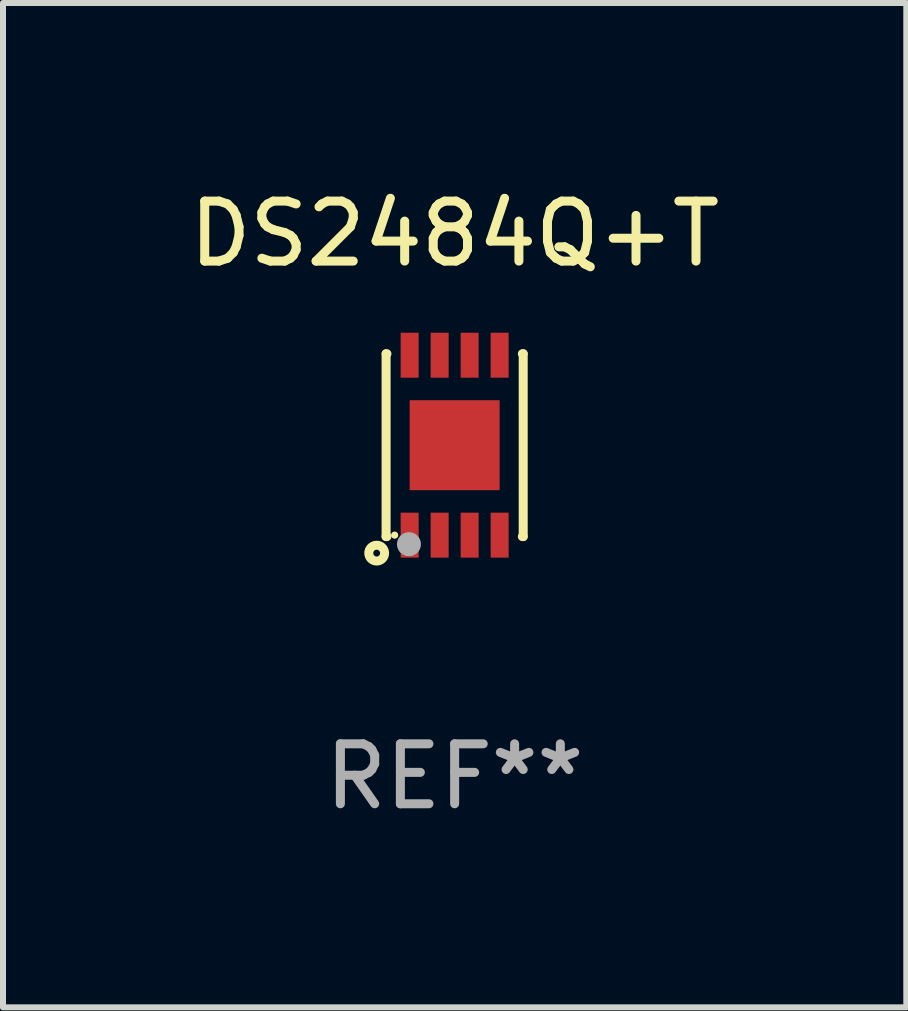
<source format=kicad_pcb>
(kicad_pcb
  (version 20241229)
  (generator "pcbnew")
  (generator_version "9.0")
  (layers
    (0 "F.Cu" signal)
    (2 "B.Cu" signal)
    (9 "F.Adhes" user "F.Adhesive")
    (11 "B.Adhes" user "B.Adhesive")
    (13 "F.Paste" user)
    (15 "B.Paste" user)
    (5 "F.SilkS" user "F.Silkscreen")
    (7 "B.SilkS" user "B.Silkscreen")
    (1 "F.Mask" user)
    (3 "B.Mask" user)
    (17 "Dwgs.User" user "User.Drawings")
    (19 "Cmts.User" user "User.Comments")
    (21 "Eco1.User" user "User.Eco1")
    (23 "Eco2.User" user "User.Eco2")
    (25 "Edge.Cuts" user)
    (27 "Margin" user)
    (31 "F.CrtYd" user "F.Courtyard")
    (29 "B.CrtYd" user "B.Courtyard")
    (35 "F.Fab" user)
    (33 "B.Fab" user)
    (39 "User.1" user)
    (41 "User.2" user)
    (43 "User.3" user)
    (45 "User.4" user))
  (footprint "DS2484Q+T"
    (layer "F.Cu")
    (at 4.53 4.372)
    (property "Reference" "DS2484Q+T" (at 0 -3.524 0) (layer "F.SilkS") (effects (font (size 1 1) (thickness 0.15))))
    (attr through_hole)
    (fp_line (start -1.143 -1.524) (end -1.143 1.524) (stroke (width 0.15) (type solid)) (layer "F.SilkS"))
    (fp_line (start -1.143 1.524) (end -1.129 1.524) (stroke (width 0.15) (type solid)) (layer "F.SilkS"))
    (fp_line (start -1.129 -1.524) (end -1.143 -1.524) (stroke (width 0.15) (type solid)) (layer "F.SilkS"))
    (fp_line (start 1.129 1.524) (end 1.143 1.524) (stroke (width 0.15) (type solid)) (layer "F.SilkS"))
    (fp_line (start 1.143 -1.524) (end 1.129 -1.524) (stroke (width 0.15) (type solid)) (layer "F.SilkS"))
    (fp_line (start 1.143 1.524) (end 1.143 -1.524) (stroke (width 0.15) (type solid)) (layer "F.SilkS"))
    (fp_circle (center -1.3 1.8) (end -1.243 1.8) (stroke (width 0.15) (type solid)) (fill no) (layer "F.SilkS"))
    (fp_circle (center -1 1.5) (end -0.97 1.5) (stroke (width 0.06) (type solid)) (fill no) (layer "F.SilkS"))
    (fp_circle (center -0.762 1.651) (end -0.662 1.651) (stroke (width 0.2) (type solid)) (fill no) (layer "F.Fab"))
    (fp_text user "REF**" (at 0 5.524 0) (layer "F.Fab") (effects (font (size 1 1) (thickness 0.15))))
    (pad "1" smd rect (at -0.75 1.5 90) (size 0.75 0.3) (layers "F.Cu" "F.Mask" "F.Paste"))
    (pad "2" smd rect (at -0.25 1.5 90) (size 0.75 0.3) (layers "F.Cu" "F.Mask" "F.Paste"))
    (pad "3" smd rect (at 0.25 1.5 90) (size 0.75 0.3) (layers "F.Cu" "F.Mask" "F.Paste"))
    (pad "4" smd rect (at 0.75 1.5 90) (size 0.75 0.3) (layers "F.Cu" "F.Mask" "F.Paste"))
    (pad "5" smd rect (at 0.75 -1.5 90) (size 0.75 0.3) (layers "F.Cu" "F.Mask" "F.Paste"))
    (pad "6" smd rect (at 0.25 -1.5 90) (size 0.75 0.3) (layers "F.Cu" "F.Mask" "F.Paste"))
    (pad "7" smd rect (at -0.25 -1.5 90) (size 0.75 0.3) (layers "F.Cu" "F.Mask" "F.Paste"))
    (pad "8" smd rect (at -0.75 -1.5 90) (size 0.75 0.3) (layers "F.Cu" "F.Mask" "F.Paste"))
    (pad "9" smd rect (at -0.000203 0.000457 90) (size 1.5 1.5) (layers "F.Cu" "F.Mask" "F.Paste")))
  (gr_rect
    (start -3 -3)
    (end 12.06 13.745)
    (stroke (width 0.1) (type default))
    (fill no)
    (layer "Edge.Cuts")))
</source>
